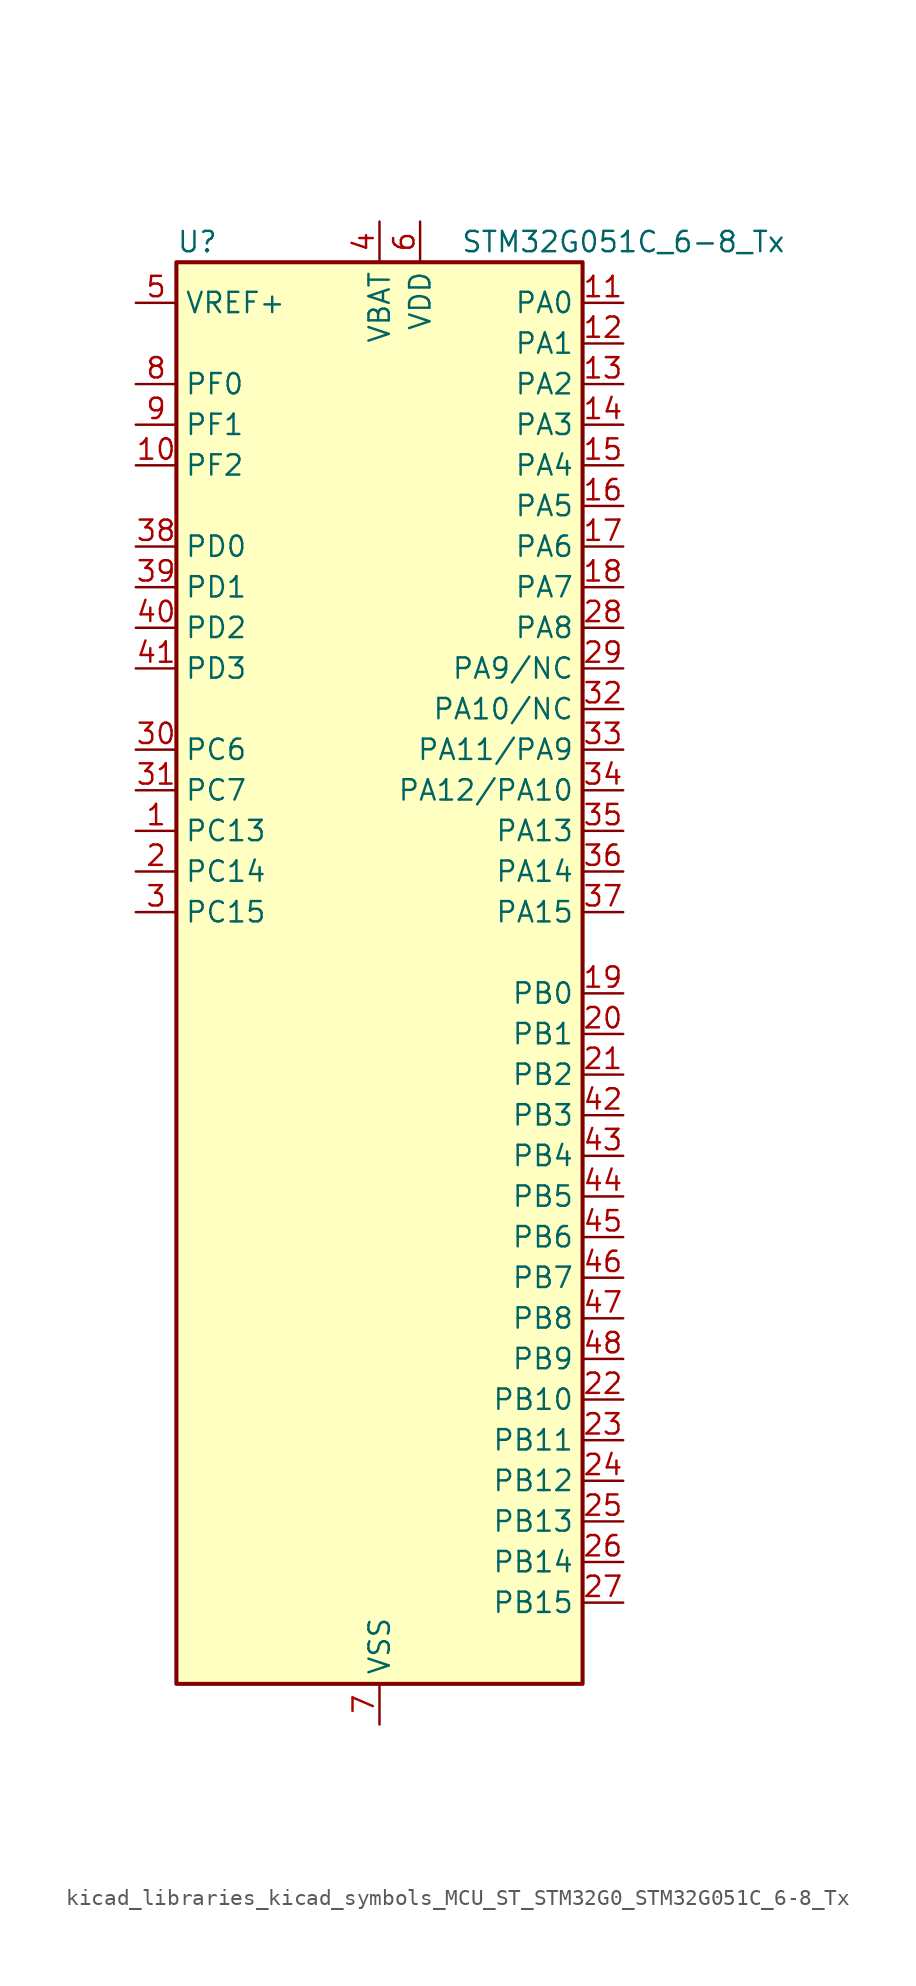
<source format=kicad_sym>
(kicad_symbol_lib
  (version 20220914)
  (generator kicad_symbol_editor)
  (symbol "kicad_libraries_kicad_symbols_MCU_ST_STM32G0_STM32G051C_6-8_Tx"
    (property "Reference" "U"
      (at -12.7 46.99 0)
      (effects (font (size 1.27 1.27)) (justify left)))
    (property "Value" "STM32G051C_6-8_Tx"
      (at 5.08 46.99 0)
      (effects (font (size 1.27 1.27)) (justify left)))
    (property "ki_locked" ""
      (at 0 0 0)
      (effects (font (size 1.27 1.27))))
    (symbol "kicad_libraries_kicad_symbols_MCU_ST_STM32G0_STM32G051C_6-8_Tx_0_1"
      (rectangle (start -12.7 -43.18) (end 12.7 45.72) (stroke (width 0.254) (type default)) (fill (type background))))
    (symbol "kicad_libraries_kicad_symbols_MCU_ST_STM32G0_STM32G051C_6-8_Tx_1_1"
      (pin bidirectional line (at -15.24 10.16 0) (length 2.54) (name "PC13" (effects (font (size 1.27 1.27)))) (number "1" (effects (font (size 1.27 1.27)))) (alternate "RTC_OUT1" bidirectional line) (alternate "RTC_TAMP_IN1" bidirectional line) (alternate "RTC_TS" bidirectional line) (alternate "SYS_WKUP2" bidirectional line) (alternate "TIM1_BK" bidirectional line))
      (pin bidirectional line (at -15.24 33.02 0) (length 2.54) (name "PF2" (effects (font (size 1.27 1.27)))) (number "10" (effects (font (size 1.27 1.27)))) (alternate "RCC_MCO" bidirectional line))
      (pin bidirectional line (at 15.24 43.18 180) (length 2.54) (name "PA0" (effects (font (size 1.27 1.27)))) (number "11" (effects (font (size 1.27 1.27)))) (alternate "ADC1_IN0" bidirectional line) (alternate "COMP1_INM" bidirectional line) (alternate "COMP1_OUT" bidirectional line) (alternate "LPTIM1_OUT" bidirectional line) (alternate "RTC_TAMP_IN2" bidirectional line) (alternate "SPI2_SCK" bidirectional line) (alternate "SYS_WKUP1" bidirectional line) (alternate "TIM2_CH1" bidirectional line) (alternate "TIM2_ETR" bidirectional line) (alternate "USART2_CTS" bidirectional line) (alternate "USART2_NSS" bidirectional line))
      (pin bidirectional line (at 15.24 40.64 180) (length 2.54) (name "PA1" (effects (font (size 1.27 1.27)))) (number "12" (effects (font (size 1.27 1.27)))) (alternate "ADC1_IN1" bidirectional line) (alternate "COMP1_INP" bidirectional line) (alternate "I2C1_SMBA" bidirectional line) (alternate "I2S1_CK" bidirectional line) (alternate "SPI1_SCK" bidirectional line) (alternate "TIM15_CH1N" bidirectional line) (alternate "TIM2_CH2" bidirectional line) (alternate "USART2_CK" bidirectional line) (alternate "USART2_DE" bidirectional line) (alternate "USART2_RTS" bidirectional line))
      (pin bidirectional line (at 15.24 38.1 180) (length 2.54) (name "PA2" (effects (font (size 1.27 1.27)))) (number "13" (effects (font (size 1.27 1.27)))) (alternate "ADC1_IN2" bidirectional line) (alternate "COMP2_INM" bidirectional line) (alternate "COMP2_OUT" bidirectional line) (alternate "I2S1_SD" bidirectional line) (alternate "LPUART1_TX" bidirectional line) (alternate "RCC_LSCO" bidirectional line) (alternate "SPI1_MOSI" bidirectional line) (alternate "SYS_WKUP4" bidirectional line) (alternate "TIM15_CH1" bidirectional line) (alternate "TIM2_CH3" bidirectional line) (alternate "USART2_TX" bidirectional line))
      (pin bidirectional line (at 15.24 35.56 180) (length 2.54) (name "PA3" (effects (font (size 1.27 1.27)))) (number "14" (effects (font (size 1.27 1.27)))) (alternate "ADC1_IN3" bidirectional line) (alternate "COMP2_INP" bidirectional line) (alternate "LPUART1_RX" bidirectional line) (alternate "SPI2_MISO" bidirectional line) (alternate "TIM15_CH2" bidirectional line) (alternate "TIM2_CH4" bidirectional line) (alternate "USART2_RX" bidirectional line))
      (pin bidirectional line (at 15.24 33.02 180) (length 2.54) (name "PA4" (effects (font (size 1.27 1.27)))) (number "15" (effects (font (size 1.27 1.27)))) (alternate "ADC1_IN4" bidirectional line) (alternate "DAC1_OUT1" bidirectional line) (alternate "I2S1_WS" bidirectional line) (alternate "LPTIM2_OUT" bidirectional line) (alternate "RTC_OUT2" bidirectional line) (alternate "SPI1_NSS" bidirectional line) (alternate "SPI2_MOSI" bidirectional line) (alternate "TIM14_CH1" bidirectional line))
      (pin bidirectional line (at 15.24 30.48 180) (length 2.54) (name "PA5" (effects (font (size 1.27 1.27)))) (number "16" (effects (font (size 1.27 1.27)))) (alternate "ADC1_IN5" bidirectional line) (alternate "DAC1_OUT2" bidirectional line) (alternate "I2S1_CK" bidirectional line) (alternate "LPTIM2_ETR" bidirectional line) (alternate "SPI1_SCK" bidirectional line) (alternate "TIM2_CH1" bidirectional line) (alternate "TIM2_ETR" bidirectional line))
      (pin bidirectional line (at 15.24 27.94 180) (length 2.54) (name "PA6" (effects (font (size 1.27 1.27)))) (number "17" (effects (font (size 1.27 1.27)))) (alternate "ADC1_IN6" bidirectional line) (alternate "COMP1_OUT" bidirectional line) (alternate "I2S1_MCK" bidirectional line) (alternate "LPUART1_CTS" bidirectional line) (alternate "SPI1_MISO" bidirectional line) (alternate "TIM16_CH1" bidirectional line) (alternate "TIM1_BK" bidirectional line) (alternate "TIM3_CH1" bidirectional line))
      (pin bidirectional line (at 15.24 25.4 180) (length 2.54) (name "PA7" (effects (font (size 1.27 1.27)))) (number "18" (effects (font (size 1.27 1.27)))) (alternate "ADC1_IN7" bidirectional line) (alternate "COMP2_OUT" bidirectional line) (alternate "I2S1_SD" bidirectional line) (alternate "SPI1_MOSI" bidirectional line) (alternate "TIM14_CH1" bidirectional line) (alternate "TIM17_CH1" bidirectional line) (alternate "TIM1_CH1N" bidirectional line) (alternate "TIM3_CH2" bidirectional line))
      (pin bidirectional line (at 15.24 0 180) (length 2.54) (name "PB0" (effects (font (size 1.27 1.27)))) (number "19" (effects (font (size 1.27 1.27)))) (alternate "ADC1_IN8" bidirectional line) (alternate "COMP1_OUT" bidirectional line) (alternate "I2S1_WS" bidirectional line) (alternate "LPTIM1_OUT" bidirectional line) (alternate "SPI1_NSS" bidirectional line) (alternate "TIM1_CH2N" bidirectional line) (alternate "TIM3_CH3" bidirectional line))
      (pin bidirectional line (at -15.24 7.62 0) (length 2.54) (name "PC14" (effects (font (size 1.27 1.27)))) (number "2" (effects (font (size 1.27 1.27)))) (alternate "RCC_OSC32_IN" bidirectional line) (alternate "TIM1_BK2" bidirectional line))
      (pin bidirectional line (at 15.24 -2.54 180) (length 2.54) (name "PB1" (effects (font (size 1.27 1.27)))) (number "20" (effects (font (size 1.27 1.27)))) (alternate "ADC1_IN9" bidirectional line) (alternate "COMP1_INM" bidirectional line) (alternate "LPTIM2_IN1" bidirectional line) (alternate "LPUART1_DE" bidirectional line) (alternate "LPUART1_RTS" bidirectional line) (alternate "TIM14_CH1" bidirectional line) (alternate "TIM1_CH3N" bidirectional line) (alternate "TIM3_CH4" bidirectional line))
      (pin bidirectional line (at 15.24 -5.08 180) (length 2.54) (name "PB2" (effects (font (size 1.27 1.27)))) (number "21" (effects (font (size 1.27 1.27)))) (alternate "ADC1_IN10" bidirectional line) (alternate "COMP1_INP" bidirectional line) (alternate "LPTIM1_OUT" bidirectional line) (alternate "SPI2_MISO" bidirectional line))
      (pin bidirectional line (at 15.24 -25.4 180) (length 2.54) (name "PB10" (effects (font (size 1.27 1.27)))) (number "22" (effects (font (size 1.27 1.27)))) (alternate "ADC1_IN11" bidirectional line) (alternate "COMP1_OUT" bidirectional line) (alternate "I2C2_SCL" bidirectional line) (alternate "LPUART1_RX" bidirectional line) (alternate "SPI2_SCK" bidirectional line) (alternate "TIM2_CH3" bidirectional line))
      (pin bidirectional line (at 15.24 -27.94 180) (length 2.54) (name "PB11" (effects (font (size 1.27 1.27)))) (number "23" (effects (font (size 1.27 1.27)))) (alternate "ADC1_EXTI11" bidirectional line) (alternate "ADC1_IN15" bidirectional line) (alternate "COMP2_OUT" bidirectional line) (alternate "I2C2_SDA" bidirectional line) (alternate "LPUART1_TX" bidirectional line) (alternate "SPI2_MOSI" bidirectional line) (alternate "TIM2_CH4" bidirectional line))
      (pin bidirectional line (at 15.24 -30.48 180) (length 2.54) (name "PB12" (effects (font (size 1.27 1.27)))) (number "24" (effects (font (size 1.27 1.27)))) (alternate "ADC1_IN16" bidirectional line) (alternate "LPUART1_DE" bidirectional line) (alternate "LPUART1_RTS" bidirectional line) (alternate "SPI2_NSS" bidirectional line) (alternate "TIM15_BK" bidirectional line) (alternate "TIM1_BK" bidirectional line))
      (pin bidirectional line (at 15.24 -33.02 180) (length 2.54) (name "PB13" (effects (font (size 1.27 1.27)))) (number "25" (effects (font (size 1.27 1.27)))) (alternate "I2C2_SCL" bidirectional line) (alternate "LPUART1_CTS" bidirectional line) (alternate "SPI2_SCK" bidirectional line) (alternate "TIM15_CH1N" bidirectional line) (alternate "TIM1_CH1N" bidirectional line))
      (pin bidirectional line (at 15.24 -35.56 180) (length 2.54) (name "PB14" (effects (font (size 1.27 1.27)))) (number "26" (effects (font (size 1.27 1.27)))) (alternate "I2C2_SDA" bidirectional line) (alternate "SPI2_MISO" bidirectional line) (alternate "TIM15_CH1" bidirectional line) (alternate "TIM1_CH2N" bidirectional line))
      (pin bidirectional line (at 15.24 -38.1 180) (length 2.54) (name "PB15" (effects (font (size 1.27 1.27)))) (number "27" (effects (font (size 1.27 1.27)))) (alternate "RTC_REFIN" bidirectional line) (alternate "SPI2_MOSI" bidirectional line) (alternate "TIM15_CH1N" bidirectional line) (alternate "TIM15_CH2" bidirectional line) (alternate "TIM1_CH3N" bidirectional line))
      (pin bidirectional line (at 15.24 22.86 180) (length 2.54) (name "PA8" (effects (font (size 1.27 1.27)))) (number "28" (effects (font (size 1.27 1.27)))) (alternate "LPTIM2_OUT" bidirectional line) (alternate "RCC_MCO" bidirectional line) (alternate "SPI2_NSS" bidirectional line) (alternate "TIM1_CH1" bidirectional line))
      (pin bidirectional line (at 15.24 20.32 180) (length 2.54) (name "PA9/NC" (effects (font (size 1.27 1.27)))) (number "29" (effects (font (size 1.27 1.27)))) (alternate "DAC1_EXTI9" bidirectional line) (alternate "I2C1_SCL" bidirectional line) (alternate "RCC_MCO" bidirectional line) (alternate "SPI2_MISO" bidirectional line) (alternate "TIM15_BK" bidirectional line) (alternate "TIM1_CH2" bidirectional line) (alternate "USART1_TX" bidirectional line))
      (pin bidirectional line (at -15.24 5.08 0) (length 2.54) (name "PC15" (effects (font (size 1.27 1.27)))) (number "3" (effects (font (size 1.27 1.27)))) (alternate "RCC_OSC32_EN" bidirectional line) (alternate "RCC_OSC32_OUT" bidirectional line) (alternate "RCC_OSC_EN" bidirectional line) (alternate "TIM15_BK" bidirectional line))
      (pin bidirectional line (at -15.24 15.24 0) (length 2.54) (name "PC6" (effects (font (size 1.27 1.27)))) (number "30" (effects (font (size 1.27 1.27)))) (alternate "TIM2_CH3" bidirectional line) (alternate "TIM3_CH1" bidirectional line))
      (pin bidirectional line (at -15.24 12.7 0) (length 2.54) (name "PC7" (effects (font (size 1.27 1.27)))) (number "31" (effects (font (size 1.27 1.27)))) (alternate "TIM2_CH4" bidirectional line) (alternate "TIM3_CH2" bidirectional line))
      (pin bidirectional line (at 15.24 17.78 180) (length 2.54) (name "PA10/NC" (effects (font (size 1.27 1.27)))) (number "32" (effects (font (size 1.27 1.27)))) (alternate "I2C1_SDA" bidirectional line) (alternate "SPI2_MOSI" bidirectional line) (alternate "TIM17_BK" bidirectional line) (alternate "TIM1_CH3" bidirectional line) (alternate "USART1_RX" bidirectional line))
      (pin bidirectional line (at 15.24 15.24 180) (length 2.54) (name "PA11/PA9" (effects (font (size 1.27 1.27)))) (number "33" (effects (font (size 1.27 1.27)))) (alternate "ADC1_EXTI11" bidirectional line) (alternate "COMP1_OUT" bidirectional line) (alternate "I2C2_SCL" bidirectional line) (alternate "I2S1_MCK" bidirectional line) (alternate "SPI1_MISO" bidirectional line) (alternate "TIM1_BK2" bidirectional line) (alternate "TIM1_CH4" bidirectional line) (alternate "USART1_CTS" bidirectional line) (alternate "USART1_NSS" bidirectional line))
      (pin bidirectional line (at 15.24 12.7 180) (length 2.54) (name "PA12/PA10" (effects (font (size 1.27 1.27)))) (number "34" (effects (font (size 1.27 1.27)))) (alternate "COMP2_OUT" bidirectional line) (alternate "I2C2_SDA" bidirectional line) (alternate "I2S1_SD" bidirectional line) (alternate "I2S_CKIN" bidirectional line) (alternate "SPI1_MOSI" bidirectional line) (alternate "TIM1_ETR" bidirectional line) (alternate "USART1_CK" bidirectional line) (alternate "USART1_DE" bidirectional line) (alternate "USART1_RTS" bidirectional line))
      (pin bidirectional line (at 15.24 10.16 180) (length 2.54) (name "PA13" (effects (font (size 1.27 1.27)))) (number "35" (effects (font (size 1.27 1.27)))) (alternate "ADC1_IN17" bidirectional line) (alternate "IR_OUT" bidirectional line) (alternate "SYS_SWDIO" bidirectional line))
      (pin bidirectional line (at 15.24 7.62 180) (length 2.54) (name "PA14" (effects (font (size 1.27 1.27)))) (number "36" (effects (font (size 1.27 1.27)))) (alternate "ADC1_IN18" bidirectional line) (alternate "SYS_SWCLK" bidirectional line) (alternate "USART2_TX" bidirectional line))
      (pin bidirectional line (at 15.24 5.08 180) (length 2.54) (name "PA15" (effects (font (size 1.27 1.27)))) (number "37" (effects (font (size 1.27 1.27)))) (alternate "I2S1_WS" bidirectional line) (alternate "SPI1_NSS" bidirectional line) (alternate "TIM2_CH1" bidirectional line) (alternate "TIM2_ETR" bidirectional line) (alternate "USART2_RX" bidirectional line))
      (pin bidirectional line (at -15.24 27.94 0) (length 2.54) (name "PD0" (effects (font (size 1.27 1.27)))) (number "38" (effects (font (size 1.27 1.27)))) (alternate "SPI2_NSS" bidirectional line) (alternate "TIM16_CH1" bidirectional line))
      (pin bidirectional line (at -15.24 25.4 0) (length 2.54) (name "PD1" (effects (font (size 1.27 1.27)))) (number "39" (effects (font (size 1.27 1.27)))) (alternate "SPI2_SCK" bidirectional line) (alternate "TIM17_CH1" bidirectional line))
      (pin power_in line (at 0 48.26 270) (length 2.54) (name "VBAT" (effects (font (size 1.27 1.27)))) (number "4" (effects (font (size 1.27 1.27)))))
      (pin bidirectional line (at -15.24 22.86 0) (length 2.54) (name "PD2" (effects (font (size 1.27 1.27)))) (number "40" (effects (font (size 1.27 1.27)))) (alternate "TIM1_CH1N" bidirectional line) (alternate "TIM3_ETR" bidirectional line))
      (pin bidirectional line (at -15.24 20.32 0) (length 2.54) (name "PD3" (effects (font (size 1.27 1.27)))) (number "41" (effects (font (size 1.27 1.27)))) (alternate "SPI2_MISO" bidirectional line) (alternate "TIM1_CH2N" bidirectional line) (alternate "USART2_CTS" bidirectional line) (alternate "USART2_NSS" bidirectional line))
      (pin bidirectional line (at 15.24 -7.62 180) (length 2.54) (name "PB3" (effects (font (size 1.27 1.27)))) (number "42" (effects (font (size 1.27 1.27)))) (alternate "COMP2_INM" bidirectional line) (alternate "I2S1_CK" bidirectional line) (alternate "SPI1_SCK" bidirectional line) (alternate "TIM1_CH2" bidirectional line) (alternate "TIM2_CH2" bidirectional line) (alternate "USART1_CK" bidirectional line) (alternate "USART1_DE" bidirectional line) (alternate "USART1_RTS" bidirectional line))
      (pin bidirectional line (at 15.24 -10.16 180) (length 2.54) (name "PB4" (effects (font (size 1.27 1.27)))) (number "43" (effects (font (size 1.27 1.27)))) (alternate "COMP2_INP" bidirectional line) (alternate "I2S1_MCK" bidirectional line) (alternate "SPI1_MISO" bidirectional line) (alternate "TIM17_BK" bidirectional line) (alternate "TIM3_CH1" bidirectional line) (alternate "USART1_CTS" bidirectional line) (alternate "USART1_NSS" bidirectional line))
      (pin bidirectional line (at 15.24 -12.7 180) (length 2.54) (name "PB5" (effects (font (size 1.27 1.27)))) (number "44" (effects (font (size 1.27 1.27)))) (alternate "COMP2_OUT" bidirectional line) (alternate "I2C1_SMBA" bidirectional line) (alternate "I2S1_SD" bidirectional line) (alternate "LPTIM1_IN1" bidirectional line) (alternate "SPI1_MOSI" bidirectional line) (alternate "SYS_WKUP6" bidirectional line) (alternate "TIM16_BK" bidirectional line) (alternate "TIM3_CH2" bidirectional line))
      (pin bidirectional line (at 15.24 -15.24 180) (length 2.54) (name "PB6" (effects (font (size 1.27 1.27)))) (number "45" (effects (font (size 1.27 1.27)))) (alternate "COMP2_INP" bidirectional line) (alternate "I2C1_SCL" bidirectional line) (alternate "LPTIM1_ETR" bidirectional line) (alternate "SPI2_MISO" bidirectional line) (alternate "TIM16_CH1N" bidirectional line) (alternate "TIM1_CH3" bidirectional line) (alternate "USART1_TX" bidirectional line))
      (pin bidirectional line (at 15.24 -17.78 180) (length 2.54) (name "PB7" (effects (font (size 1.27 1.27)))) (number "46" (effects (font (size 1.27 1.27)))) (alternate "COMP2_INM" bidirectional line) (alternate "I2C1_SDA" bidirectional line) (alternate "LPTIM1_IN2" bidirectional line) (alternate "SPI2_MOSI" bidirectional line) (alternate "SYS_PVD_IN" bidirectional line) (alternate "TIM17_CH1N" bidirectional line) (alternate "USART1_RX" bidirectional line))
      (pin bidirectional line (at 15.24 -20.32 180) (length 2.54) (name "PB8" (effects (font (size 1.27 1.27)))) (number "47" (effects (font (size 1.27 1.27)))) (alternate "I2C1_SCL" bidirectional line) (alternate "SPI2_SCK" bidirectional line) (alternate "TIM15_BK" bidirectional line) (alternate "TIM16_CH1" bidirectional line))
      (pin bidirectional line (at 15.24 -22.86 180) (length 2.54) (name "PB9" (effects (font (size 1.27 1.27)))) (number "48" (effects (font (size 1.27 1.27)))) (alternate "DAC1_EXTI9" bidirectional line) (alternate "I2C1_SDA" bidirectional line) (alternate "IR_OUT" bidirectional line) (alternate "SPI2_NSS" bidirectional line) (alternate "TIM17_CH1" bidirectional line))
      (pin input line (at -15.24 43.18 0) (length 2.54) (name "VREF+" (effects (font (size 1.27 1.27)))) (number "5" (effects (font (size 1.27 1.27)))) (alternate "VREFBUF_OUT" bidirectional line))
      (pin power_in line (at 2.54 48.26 270) (length 2.54) (name "VDD" (effects (font (size 1.27 1.27)))) (number "6" (effects (font (size 1.27 1.27)))))
      (pin power_in line (at 0 -45.72 90) (length 2.54) (name "VSS" (effects (font (size 1.27 1.27)))) (number "7" (effects (font (size 1.27 1.27)))))
      (pin bidirectional line (at -15.24 38.1 0) (length 2.54) (name "PF0" (effects (font (size 1.27 1.27)))) (number "8" (effects (font (size 1.27 1.27)))) (alternate "RCC_OSC_IN" bidirectional line) (alternate "TIM14_CH1" bidirectional line))
      (pin bidirectional line (at -15.24 35.56 0) (length 2.54) (name "PF1" (effects (font (size 1.27 1.27)))) (number "9" (effects (font (size 1.27 1.27)))) (alternate "RCC_OSC_EN" bidirectional line) (alternate "RCC_OSC_OUT" bidirectional line) (alternate "TIM15_CH1N" bidirectional line)))))
</source>
